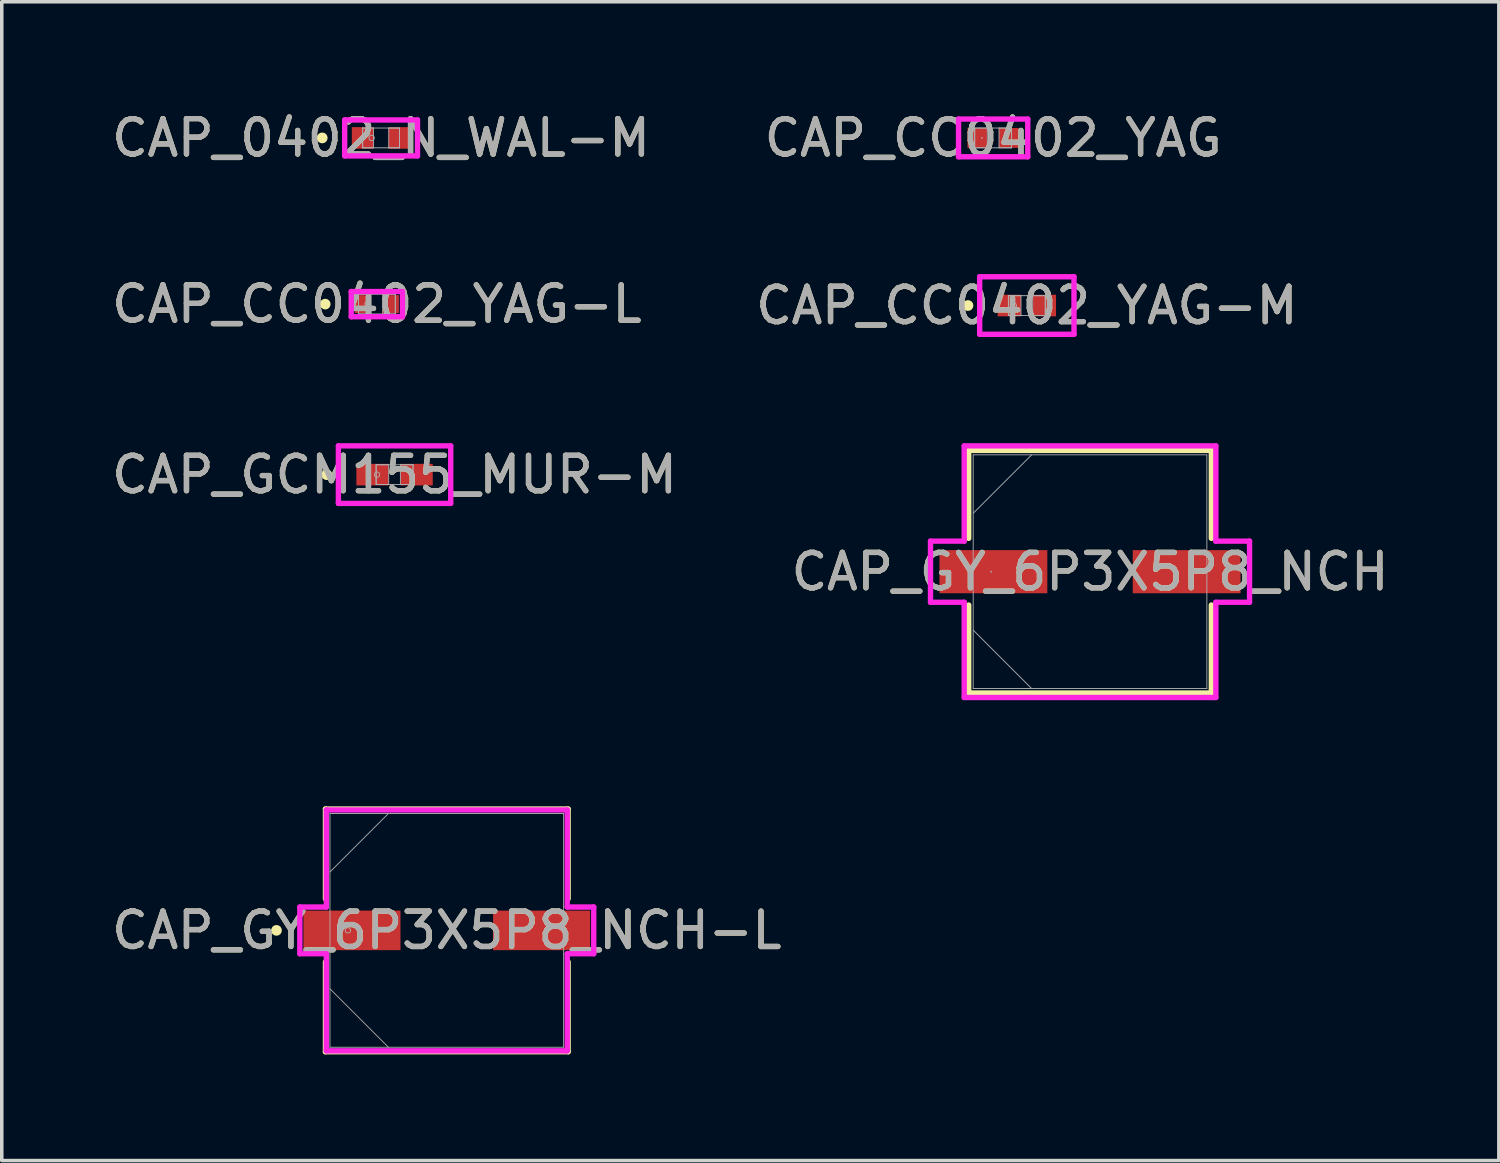
<source format=kicad_pcb>
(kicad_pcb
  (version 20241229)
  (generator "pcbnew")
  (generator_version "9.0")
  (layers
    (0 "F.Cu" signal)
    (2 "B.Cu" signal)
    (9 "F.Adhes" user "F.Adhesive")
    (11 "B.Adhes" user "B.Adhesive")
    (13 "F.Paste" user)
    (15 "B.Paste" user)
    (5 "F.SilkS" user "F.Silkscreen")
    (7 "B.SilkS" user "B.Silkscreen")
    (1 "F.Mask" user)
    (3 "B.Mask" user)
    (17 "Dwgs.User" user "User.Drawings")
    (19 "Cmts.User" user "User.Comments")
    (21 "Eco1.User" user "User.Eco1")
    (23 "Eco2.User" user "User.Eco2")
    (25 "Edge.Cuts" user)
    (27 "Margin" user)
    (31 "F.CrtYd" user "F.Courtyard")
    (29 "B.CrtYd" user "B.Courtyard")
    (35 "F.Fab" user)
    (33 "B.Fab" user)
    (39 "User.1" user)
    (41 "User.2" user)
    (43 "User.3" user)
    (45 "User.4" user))
  (footprint "CAP_GCM155_MUR-M"
    (layer "F.Cu")
    (at 8.101 10.364)
    (property "Reference" "CAP_GCM155_MUR-M" (at 0 0 0) (unlocked yes) (layer "F.SilkS") (effects (font (size 1 1) (thickness 0.15))))
    (attr smd)
    (fp_circle (center -1.918 0) (end -1.841 0) (stroke (width 0.152) (type solid)) (fill no) (layer "F.SilkS"))
    (fp_line (start -1.587 -0.813) (end 1.587 -0.813) (stroke (width 0.152) (type solid)) (layer "F.CrtYd"))
    (fp_line (start -1.587 0.813) (end -1.587 -0.813) (stroke (width 0.152) (type solid)) (layer "F.CrtYd"))
    (fp_line (start 1.587 -0.813) (end 1.587 0.813) (stroke (width 0.152) (type solid)) (layer "F.CrtYd"))
    (fp_line (start 1.587 0.813) (end -1.587 0.813) (stroke (width 0.152) (type solid)) (layer "F.CrtYd"))
    (fp_line (start -0.521 -0.279) (end -0.521 0.279) (stroke (width 0.025) (type solid)) (layer "F.Fab"))
    (fp_line (start -0.521 -0.279) (end -0.521 0.279) (stroke (width 0.025) (type solid)) (layer "F.Fab"))
    (fp_line (start -0.521 0.279) (end -0.165 0.279) (stroke (width 0.025) (type solid)) (layer "F.Fab"))
    (fp_line (start -0.521 0.279) (end 0.521 0.279) (stroke (width 0.025) (type solid)) (layer "F.Fab"))
    (fp_line (start -0.165 -0.279) (end -0.521 -0.279) (stroke (width 0.025) (type solid)) (layer "F.Fab"))
    (fp_line (start -0.165 0.279) (end -0.165 -0.279) (stroke (width 0.025) (type solid)) (layer "F.Fab"))
    (fp_line (start 0.165 -0.279) (end 0.165 0.279) (stroke (width 0.025) (type solid)) (layer "F.Fab"))
    (fp_line (start 0.165 0.279) (end 0.521 0.279) (stroke (width 0.025) (type solid)) (layer "F.Fab"))
    (fp_line (start 0.521 -0.279) (end -0.521 -0.279) (stroke (width 0.025) (type solid)) (layer "F.Fab"))
    (fp_line (start 0.521 -0.279) (end 0.165 -0.279) (stroke (width 0.025) (type solid)) (layer "F.Fab"))
    (fp_line (start 0.521 0.279) (end 0.521 -0.279) (stroke (width 0.025) (type solid)) (layer "F.Fab"))
    (fp_line (start 0.521 0.279) (end 0.521 -0.279) (stroke (width 0.025) (type solid)) (layer "F.Fab"))
    (fp_circle (center -0.495 0) (end -0.419 0) (stroke (width 0.025) (type solid)) (fill no) (layer "F.Fab"))
    (fp_text user "${REFERENCE}" (at 0 0 0) (unlocked yes) (layer "F.Fab") (effects (font (size 1 1) (thickness 0.15))))
    (pad "1" smd rect (at -0.622 0) (size 0.914 0.61) (layers "F.Cu" "F.Mask" "F.Paste"))
    (pad "2" smd rect (at 0.622 0) (size 0.914 0.61) (layers "F.Cu" "F.Mask" "F.Paste"))
    (zone (net_name "") (layer "F.Cu") (hatch full 0.508) (connect_pads) (min_thickness 0.254) (filled_areas_thickness no) (keepout (tracks not_allowed) (vias not_allowed) (pads allowed) (copperpour not_allowed) (footprints allowed)) (placement (enabled no)) (fill) (polygon (pts (xy 7.987 10.135) (xy 8.215 10.135) (xy 8.215 10.592) (xy 7.987 10.592)))))
  (footprint "CAP_0402_N_WAL-M"
    (layer "F.Cu")
    (at 7.72 0.848)
    (property "Reference" "CAP_0402_N_WAL-M" (at 0 0 0) (unlocked yes) (layer "F.SilkS") (effects (font (size 1 1) (thickness 0.15))))
    (attr smd)
    (fp_circle (center -1.664 0) (end -1.587 0) (stroke (width 0.152) (type solid)) (fill no) (layer "F.SilkS"))
    (fp_line (start -1.029 -0.508) (end 1.029 -0.508) (stroke (width 0.152) (type solid)) (layer "F.CrtYd"))
    (fp_line (start -1.029 0.508) (end -1.029 -0.508) (stroke (width 0.152) (type solid)) (layer "F.CrtYd"))
    (fp_line (start 1.029 -0.508) (end 1.029 0.508) (stroke (width 0.152) (type solid)) (layer "F.CrtYd"))
    (fp_line (start 1.029 0.508) (end -1.029 0.508) (stroke (width 0.152) (type solid)) (layer "F.CrtYd"))
    (fp_line (start -0.521 -0.279) (end -0.521 0.279) (stroke (width 0.025) (type solid)) (layer "F.Fab"))
    (fp_line (start -0.521 -0.279) (end -0.521 0.279) (stroke (width 0.025) (type solid)) (layer "F.Fab"))
    (fp_line (start -0.521 0.279) (end -0.216 0.279) (stroke (width 0.025) (type solid)) (layer "F.Fab"))
    (fp_line (start -0.521 0.279) (end 0.521 0.279) (stroke (width 0.025) (type solid)) (layer "F.Fab"))
    (fp_line (start -0.216 -0.279) (end -0.521 -0.279) (stroke (width 0.025) (type solid)) (layer "F.Fab"))
    (fp_line (start -0.216 0.279) (end -0.216 -0.279) (stroke (width 0.025) (type solid)) (layer "F.Fab"))
    (fp_line (start 0.216 -0.279) (end 0.216 0.279) (stroke (width 0.025) (type solid)) (layer "F.Fab"))
    (fp_line (start 0.216 0.279) (end 0.521 0.279) (stroke (width 0.025) (type solid)) (layer "F.Fab"))
    (fp_line (start 0.521 -0.279) (end -0.521 -0.279) (stroke (width 0.025) (type solid)) (layer "F.Fab"))
    (fp_line (start 0.521 -0.279) (end 0.216 -0.279) (stroke (width 0.025) (type solid)) (layer "F.Fab"))
    (fp_line (start 0.521 0.279) (end 0.521 -0.279) (stroke (width 0.025) (type solid)) (layer "F.Fab"))
    (fp_line (start 0.521 0.279) (end 0.521 -0.279) (stroke (width 0.025) (type solid)) (layer "F.Fab"))
    (fp_circle (center -0.267 0) (end -0.191 0) (stroke (width 0.025) (type solid)) (fill no) (layer "F.Fab"))
    (fp_text user "${REFERENCE}" (at 0 0 0) (unlocked yes) (layer "F.Fab") (effects (font (size 1 1) (thickness 0.15))))
    (pad "1" smd rect (at -0.521 0) (size 0.61 0.61) (layers "F.Cu" "F.Mask" "F.Paste"))
    (pad "2" smd rect (at 0.521 0) (size 0.61 0.61) (layers "F.Cu" "F.Mask" "F.Paste"))
    (zone (net_name "") (layer "F.Cu") (hatch full 0.508) (connect_pads) (min_thickness 0.254) (filled_areas_thickness no) (keepout (tracks not_allowed) (vias not_allowed) (pads allowed) (copperpour not_allowed) (footprints allowed)) (placement (enabled no)) (fill) (polygon (pts (xy 7.555 0.62) (xy 7.885 0.62) (xy 7.885 1.077) (xy 7.555 1.077)))))
  (footprint "CAP_CC0402_YAG"
    (layer "F.Cu")
    (at 25.018 0.848)
    (property "Reference" "CAP_CC0402_YAG" (at 0 0 0) (unlocked yes) (layer "F.SilkS") (effects (font (size 1 1) (thickness 0.15))))
    (attr smd)
    (fp_line (start -0.978 -0.533) (end 0.978 -0.533) (stroke (width 0.152) (type solid)) (layer "F.CrtYd"))
    (fp_line (start -0.978 0.533) (end -0.978 -0.533) (stroke (width 0.152) (type solid)) (layer "F.CrtYd"))
    (fp_line (start 0.978 -0.533) (end 0.978 0.533) (stroke (width 0.152) (type solid)) (layer "F.CrtYd"))
    (fp_line (start 0.978 0.533) (end -0.978 0.533) (stroke (width 0.152) (type solid)) (layer "F.CrtYd"))
    (fp_line (start -0.521 -0.279) (end -0.521 0.279) (stroke (width 0.025) (type solid)) (layer "F.Fab"))
    (fp_line (start -0.521 -0.279) (end -0.521 0.279) (stroke (width 0.025) (type solid)) (layer "F.Fab"))
    (fp_line (start -0.521 0.279) (end -0.165 0.279) (stroke (width 0.025) (type solid)) (layer "F.Fab"))
    (fp_line (start -0.521 0.279) (end 0.521 0.279) (stroke (width 0.025) (type solid)) (layer "F.Fab"))
    (fp_line (start -0.165 -0.279) (end -0.521 -0.279) (stroke (width 0.025) (type solid)) (layer "F.Fab"))
    (fp_line (start -0.165 0.279) (end -0.165 -0.279) (stroke (width 0.025) (type solid)) (layer "F.Fab"))
    (fp_line (start 0.165 -0.279) (end 0.165 0.279) (stroke (width 0.025) (type solid)) (layer "F.Fab"))
    (fp_line (start 0.165 0.279) (end 0.521 0.279) (stroke (width 0.025) (type solid)) (layer "F.Fab"))
    (fp_line (start 0.521 -0.279) (end -0.521 -0.279) (stroke (width 0.025) (type solid)) (layer "F.Fab"))
    (fp_line (start 0.521 -0.279) (end 0.165 -0.279) (stroke (width 0.025) (type solid)) (layer "F.Fab"))
    (fp_line (start 0.521 0.279) (end 0.521 -0.279) (stroke (width 0.025) (type solid)) (layer "F.Fab"))
    (fp_line (start 0.521 0.279) (end 0.521 -0.279) (stroke (width 0.025) (type solid)) (layer "F.Fab"))
    (fp_circle (center -0.318 0) (end -0.318 0) (stroke (width 0.025) (type solid)) (fill no) (layer "F.Fab"))
    (fp_text user "${REFERENCE}" (at 0 0 0) (unlocked yes) (layer "F.Fab") (effects (font (size 1 1) (thickness 0.15))))
    (pad "1" smd rect (at -0.445 0) (size 0.559 0.559) (layers "F.Cu" "F.Mask" "F.Paste"))
    (pad "2" smd rect (at 0.445 0) (size 0.559 0.559) (layers "F.Cu" "F.Mask" "F.Paste"))
    (zone (net_name "") (layer "F.Cu") (hatch full 0.508) (connect_pads) (min_thickness 0.254) (filled_areas_thickness no) (keepout (tracks not_allowed) (vias not_allowed) (pads allowed) (copperpour not_allowed) (footprints allowed)) (placement (enabled no)) (fill) (polygon (pts (xy 24.904 0.62) (xy 25.132 0.62) (xy 25.132 1.077) (xy 24.904 1.077)))))
  (footprint "CAP_CC0402_YAG-L"
    (layer "F.Cu")
    (at 7.601 5.545)
    (property "Reference" "CAP_CC0402_YAG-L" (at 0 0 0) (unlocked yes) (layer "F.SilkS") (effects (font (size 1 1) (thickness 0.15))))
    (attr smd)
    (fp_circle (center -1.46 0) (end -1.384 0) (stroke (width 0.152) (type solid)) (fill no) (layer "F.SilkS"))
    (fp_line (start -0.724 -0.356) (end 0.724 -0.356) (stroke (width 0.152) (type solid)) (layer "F.CrtYd"))
    (fp_line (start -0.724 0.356) (end -0.724 -0.356) (stroke (width 0.152) (type solid)) (layer "F.CrtYd"))
    (fp_line (start 0.724 -0.356) (end 0.724 0.356) (stroke (width 0.152) (type solid)) (layer "F.CrtYd"))
    (fp_line (start 0.724 0.356) (end -0.724 0.356) (stroke (width 0.152) (type solid)) (layer "F.CrtYd"))
    (fp_line (start -0.521 -0.279) (end -0.521 0.279) (stroke (width 0.025) (type solid)) (layer "F.Fab"))
    (fp_line (start -0.521 -0.279) (end -0.521 0.279) (stroke (width 0.025) (type solid)) (layer "F.Fab"))
    (fp_line (start -0.521 0.279) (end -0.165 0.279) (stroke (width 0.025) (type solid)) (layer "F.Fab"))
    (fp_line (start -0.521 0.279) (end 0.521 0.279) (stroke (width 0.025) (type solid)) (layer "F.Fab"))
    (fp_line (start -0.165 -0.279) (end -0.521 -0.279) (stroke (width 0.025) (type solid)) (layer "F.Fab"))
    (fp_line (start -0.165 0.279) (end -0.165 -0.279) (stroke (width 0.025) (type solid)) (layer "F.Fab"))
    (fp_line (start 0.165 -0.279) (end 0.165 0.279) (stroke (width 0.025) (type solid)) (layer "F.Fab"))
    (fp_line (start 0.165 0.279) (end 0.521 0.279) (stroke (width 0.025) (type solid)) (layer "F.Fab"))
    (fp_line (start 0.521 -0.279) (end -0.521 -0.279) (stroke (width 0.025) (type solid)) (layer "F.Fab"))
    (fp_line (start 0.521 -0.279) (end 0.165 -0.279) (stroke (width 0.025) (type solid)) (layer "F.Fab"))
    (fp_line (start 0.521 0.279) (end 0.521 -0.279) (stroke (width 0.025) (type solid)) (layer "F.Fab"))
    (fp_line (start 0.521 0.279) (end 0.521 -0.279) (stroke (width 0.025) (type solid)) (layer "F.Fab"))
    (fp_circle (center -0.267 0) (end -0.191 0) (stroke (width 0.025) (type solid)) (fill no) (layer "F.Fab"))
    (fp_text user "${REFERENCE}" (at 0 0 0) (unlocked yes) (layer "F.Fab") (effects (font (size 1 1) (thickness 0.15))))
    (pad "1" smd rect (at -0.394 0) (size 0.457 0.508) (layers "F.Cu" "F.Mask" "F.Paste"))
    (pad "2" smd rect (at 0.394 0) (size 0.457 0.508) (layers "F.Cu" "F.Mask" "F.Paste"))
    (zone (net_name "") (layer "F.Cu") (hatch full 0.508) (connect_pads) (min_thickness 0.254) (filled_areas_thickness no) (keepout (tracks not_allowed) (vias not_allowed) (pads allowed) (copperpour not_allowed) (footprints allowed)) (placement (enabled no)) (fill) (polygon (pts (xy 7.487 5.316) (xy 7.715 5.316) (xy 7.715 5.773) (xy 7.487 5.773)))))
  (footprint "CAP_CC0402_YAG-M"
    (layer "F.Cu")
    (at 25.97 5.585)
    (property "Reference" "CAP_CC0402_YAG-M" (at 0 0 0) (unlocked yes) (layer "F.SilkS") (effects (font (size 1 1) (thickness 0.15))))
    (attr smd)
    (fp_circle (center -1.664 0) (end -1.587 0) (stroke (width 0.152) (type solid)) (fill no) (layer "F.SilkS"))
    (fp_line (start -1.333 -0.813) (end 1.333 -0.813) (stroke (width 0.152) (type solid)) (layer "F.CrtYd"))
    (fp_line (start -1.333 0.813) (end -1.333 -0.813) (stroke (width 0.152) (type solid)) (layer "F.CrtYd"))
    (fp_line (start 1.333 -0.813) (end 1.333 0.813) (stroke (width 0.152) (type solid)) (layer "F.CrtYd"))
    (fp_line (start 1.333 0.813) (end -1.333 0.813) (stroke (width 0.152) (type solid)) (layer "F.CrtYd"))
    (fp_line (start -0.521 -0.279) (end -0.521 0.279) (stroke (width 0.025) (type solid)) (layer "F.Fab"))
    (fp_line (start -0.521 -0.279) (end -0.521 0.279) (stroke (width 0.025) (type solid)) (layer "F.Fab"))
    (fp_line (start -0.521 0.279) (end -0.165 0.279) (stroke (width 0.025) (type solid)) (layer "F.Fab"))
    (fp_line (start -0.521 0.279) (end 0.521 0.279) (stroke (width 0.025) (type solid)) (layer "F.Fab"))
    (fp_line (start -0.165 -0.279) (end -0.521 -0.279) (stroke (width 0.025) (type solid)) (layer "F.Fab"))
    (fp_line (start -0.165 0.279) (end -0.165 -0.279) (stroke (width 0.025) (type solid)) (layer "F.Fab"))
    (fp_line (start 0.165 -0.279) (end 0.165 0.279) (stroke (width 0.025) (type solid)) (layer "F.Fab"))
    (fp_line (start 0.165 0.279) (end 0.521 0.279) (stroke (width 0.025) (type solid)) (layer "F.Fab"))
    (fp_line (start 0.521 -0.279) (end -0.521 -0.279) (stroke (width 0.025) (type solid)) (layer "F.Fab"))
    (fp_line (start 0.521 -0.279) (end 0.165 -0.279) (stroke (width 0.025) (type solid)) (layer "F.Fab"))
    (fp_line (start 0.521 0.279) (end 0.521 -0.279) (stroke (width 0.025) (type solid)) (layer "F.Fab"))
    (fp_line (start 0.521 0.279) (end 0.521 -0.279) (stroke (width 0.025) (type solid)) (layer "F.Fab"))
    (fp_circle (center -0.368 0) (end -0.292 0) (stroke (width 0.025) (type solid)) (fill no) (layer "F.Fab"))
    (fp_text user "${REFERENCE}" (at 0 0 0) (unlocked yes) (layer "F.Fab") (effects (font (size 1 1) (thickness 0.15))))
    (pad "1" smd rect (at -0.495 0) (size 0.66 0.61) (layers "F.Cu" "F.Mask" "F.Paste"))
    (pad "2" smd rect (at 0.495 0) (size 0.66 0.61) (layers "F.Cu" "F.Mask" "F.Paste"))
    (zone (net_name "") (layer "F.Cu") (hatch full 0.508) (connect_pads) (min_thickness 0.254) (filled_areas_thickness no) (keepout (tracks not_allowed) (vias not_allowed) (pads allowed) (copperpour not_allowed) (footprints allowed)) (placement (enabled no)) (fill) (polygon (pts (xy 25.856 5.357) (xy 26.085 5.357) (xy 26.085 5.814) (xy 25.856 5.814)))))
  (footprint "CAP_GY_6P3X5P8_NCH-L"
    (layer "F.Cu")
    (at 9.577 23.244)
    (property "Reference" "CAP_GY_6P3X5P8_NCH-L" (at 0 0 0) (unlocked yes) (layer "F.SilkS") (effects (font (size 1 1) (thickness 0.15))))
    (attr smd)
    (fp_line (start -3.429 -3.429) (end -3.429 -0.892) (stroke (width 0.152) (type solid)) (layer "F.SilkS"))
    (fp_line (start -3.429 0.892) (end -3.429 3.429) (stroke (width 0.152) (type solid)) (layer "F.SilkS"))
    (fp_line (start -3.429 3.429) (end 3.429 3.429) (stroke (width 0.152) (type solid)) (layer "F.SilkS"))
    (fp_line (start 3.429 -3.429) (end -3.429 -3.429) (stroke (width 0.152) (type solid)) (layer "F.SilkS"))
    (fp_line (start 3.429 -0.892) (end 3.429 -3.429) (stroke (width 0.152) (type solid)) (layer "F.SilkS"))
    (fp_line (start 3.429 3.429) (end 3.429 0.892) (stroke (width 0.152) (type solid)) (layer "F.SilkS"))
    (fp_circle (center -4.813 0) (end -4.737 0) (stroke (width 0.152) (type solid)) (fill no) (layer "F.SilkS"))
    (fp_line (start -4.153 -0.66) (end -3.404 -0.66) (stroke (width 0.152) (type solid)) (layer "F.CrtYd"))
    (fp_line (start -4.153 0.66) (end -4.153 -0.66) (stroke (width 0.152) (type solid)) (layer "F.CrtYd"))
    (fp_line (start -3.404 -3.404) (end 3.404 -3.404) (stroke (width 0.152) (type solid)) (layer "F.CrtYd"))
    (fp_line (start -3.404 -0.66) (end -3.404 -3.404) (stroke (width 0.152) (type solid)) (layer "F.CrtYd"))
    (fp_line (start -3.404 0.66) (end -4.153 0.66) (stroke (width 0.152) (type solid)) (layer "F.CrtYd"))
    (fp_line (start -3.404 3.404) (end -3.404 0.66) (stroke (width 0.152) (type solid)) (layer "F.CrtYd"))
    (fp_line (start 3.404 -3.404) (end 3.404 -0.66) (stroke (width 0.152) (type solid)) (layer "F.CrtYd"))
    (fp_line (start 3.404 -0.66) (end 4.153 -0.66) (stroke (width 0.152) (type solid)) (layer "F.CrtYd"))
    (fp_line (start 3.404 0.66) (end 3.404 3.404) (stroke (width 0.152) (type solid)) (layer "F.CrtYd"))
    (fp_line (start 3.404 3.404) (end -3.404 3.404) (stroke (width 0.152) (type solid)) (layer "F.CrtYd"))
    (fp_line (start 4.153 -0.66) (end 4.153 0.66) (stroke (width 0.152) (type solid)) (layer "F.CrtYd"))
    (fp_line (start 4.153 0.66) (end 3.404 0.66) (stroke (width 0.152) (type solid)) (layer "F.CrtYd"))
    (fp_line (start -3.302 -3.302) (end -3.302 3.302) (stroke (width 0.025) (type solid)) (layer "F.Fab"))
    (fp_line (start -3.302 -1.651) (end -1.651 -3.302) (stroke (width 0.025) (type solid)) (layer "F.Fab"))
    (fp_line (start -3.302 1.651) (end -1.651 3.302) (stroke (width 0.025) (type solid)) (layer "F.Fab"))
    (fp_line (start -3.302 3.302) (end 3.302 3.302) (stroke (width 0.025) (type solid)) (layer "F.Fab"))
    (fp_line (start 3.302 -3.302) (end -3.302 -3.302) (stroke (width 0.025) (type solid)) (layer "F.Fab"))
    (fp_line (start 3.302 3.302) (end 3.302 -3.302) (stroke (width 0.025) (type solid)) (layer "F.Fab"))
    (fp_circle (center -2.794 0) (end -2.718 0) (stroke (width 0.025) (type solid)) (fill no) (layer "F.Fab"))
    (fp_text user "${REFERENCE}" (at 0 0 0) (unlocked yes) (layer "F.Fab") (effects (font (size 1 1) (thickness 0.15))))
    (pad "1" smd rect (at -2.68 0) (size 2.743 1.118) (layers "F.Cu" "F.Mask" "F.Paste"))
    (pad "2" smd rect (at 2.68 0) (size 2.743 1.118) (layers "F.Cu" "F.Mask" "F.Paste"))
    (zone (net_name "") (layer "F.Cu") (hatch full 0.508) (connect_pads) (min_thickness 0.254) (filled_areas_thickness no) (keepout (tracks not_allowed) (vias not_allowed) (pads allowed) (copperpour not_allowed) (footprints allowed)) (placement (enabled no)) (fill) (polygon (pts (xy 6.326 19.993) (xy 12.829 19.993) (xy 12.829 22.634) (xy 6.326 22.634))))
    (zone (net_name "") (layer "F.Cu") (hatch full 0.508) (connect_pads) (min_thickness 0.254) (filled_areas_thickness no) (keepout (tracks not_allowed) (vias not_allowed) (pads allowed) (copperpour not_allowed) (footprints allowed)) (placement (enabled no)) (fill) (polygon (pts (xy 6.326 23.854) (xy 12.829 23.854) (xy 12.829 26.495) (xy 6.326 26.495))))
    (zone (net_name "") (layer "F.Cu") (hatch full 0.508) (connect_pads) (min_thickness 0.254) (filled_areas_thickness no) (keepout (tracks not_allowed) (vias not_allowed) (pads allowed) (copperpour not_allowed) (footprints allowed)) (placement (enabled no)) (fill) (polygon (pts (xy 8.32 22.634) (xy 10.835 22.634) (xy 10.835 23.854) (xy 8.32 23.854)))))
  (footprint "CAP_GY_6P3X5P8_NCH"
    (layer "F.Cu")
    (at 27.756 13.107)
    (property "Reference" "CAP_GY_6P3X5P8_NCH" (at 0 0 0) (unlocked yes) (layer "F.SilkS") (effects (font (size 1 1) (thickness 0.15))))
    (attr smd)
    (fp_line (start -3.429 -3.429) (end -3.429 -0.942) (stroke (width 0.152) (type solid)) (layer "F.SilkS"))
    (fp_line (start -3.429 0.942) (end -3.429 3.429) (stroke (width 0.152) (type solid)) (layer "F.SilkS"))
    (fp_line (start -3.429 3.429) (end 3.429 3.429) (stroke (width 0.152) (type solid)) (layer "F.SilkS"))
    (fp_line (start 3.429 -3.429) (end -3.429 -3.429) (stroke (width 0.152) (type solid)) (layer "F.SilkS"))
    (fp_line (start 3.429 -0.942) (end 3.429 -3.429) (stroke (width 0.152) (type solid)) (layer "F.SilkS"))
    (fp_line (start 3.429 3.429) (end 3.429 0.942) (stroke (width 0.152) (type solid)) (layer "F.SilkS"))
    (fp_line (start -4.508 -0.864) (end -3.556 -0.864) (stroke (width 0.152) (type solid)) (layer "F.CrtYd"))
    (fp_line (start -4.508 0.864) (end -4.508 -0.864) (stroke (width 0.152) (type solid)) (layer "F.CrtYd"))
    (fp_line (start -3.556 -3.556) (end 3.556 -3.556) (stroke (width 0.152) (type solid)) (layer "F.CrtYd"))
    (fp_line (start -3.556 -0.864) (end -3.556 -3.556) (stroke (width 0.152) (type solid)) (layer "F.CrtYd"))
    (fp_line (start -3.556 0.864) (end -4.508 0.864) (stroke (width 0.152) (type solid)) (layer "F.CrtYd"))
    (fp_line (start -3.556 3.556) (end -3.556 0.864) (stroke (width 0.152) (type solid)) (layer "F.CrtYd"))
    (fp_line (start 3.556 -3.556) (end 3.556 -0.864) (stroke (width 0.152) (type solid)) (layer "F.CrtYd"))
    (fp_line (start 3.556 -0.864) (end 4.508 -0.864) (stroke (width 0.152) (type solid)) (layer "F.CrtYd"))
    (fp_line (start 3.556 0.864) (end 3.556 3.556) (stroke (width 0.152) (type solid)) (layer "F.CrtYd"))
    (fp_line (start 3.556 3.556) (end -3.556 3.556) (stroke (width 0.152) (type solid)) (layer "F.CrtYd"))
    (fp_line (start 4.508 -0.864) (end 4.508 0.864) (stroke (width 0.152) (type solid)) (layer "F.CrtYd"))
    (fp_line (start 4.508 0.864) (end 3.556 0.864) (stroke (width 0.152) (type solid)) (layer "F.CrtYd"))
    (fp_line (start -3.302 -3.302) (end -3.302 3.302) (stroke (width 0.025) (type solid)) (layer "F.Fab"))
    (fp_line (start -3.302 -1.651) (end -1.651 -3.302) (stroke (width 0.025) (type solid)) (layer "F.Fab"))
    (fp_line (start -3.302 1.651) (end -1.651 3.302) (stroke (width 0.025) (type solid)) (layer "F.Fab"))
    (fp_line (start -3.302 3.302) (end 3.302 3.302) (stroke (width 0.025) (type solid)) (layer "F.Fab"))
    (fp_line (start 3.302 -3.302) (end -3.302 -3.302) (stroke (width 0.025) (type solid)) (layer "F.Fab"))
    (fp_line (start 3.302 3.302) (end 3.302 -3.302) (stroke (width 0.025) (type solid)) (layer "F.Fab"))
    (fp_circle (center -2.794 0) (end -2.794 0) (stroke (width 0.025) (type solid)) (fill no) (layer "F.Fab"))
    (fp_text user "${REFERENCE}" (at 0 0 0) (unlocked yes) (layer "F.Fab") (effects (font (size 1 1) (thickness 0.15))))
    (pad "1" smd rect (at -2.731 0) (size 3.048 1.219) (layers "F.Cu" "F.Mask" "F.Paste"))
    (pad "2" smd rect (at 2.731 0) (size 3.048 1.219) (layers "F.Cu" "F.Mask" "F.Paste"))
    (zone (net_name "") (layer "F.Cu") (hatch full 0.508) (connect_pads) (min_thickness 0.254) (filled_areas_thickness no) (keepout (tracks not_allowed) (vias not_allowed) (pads allowed) (copperpour not_allowed) (footprints allowed)) (placement (enabled no)) (fill) (polygon (pts (xy 24.505 9.855) (xy 31.007 9.855) (xy 31.007 12.446) (xy 24.505 12.446))))
    (zone (net_name "") (layer "F.Cu") (hatch full 0.508) (connect_pads) (min_thickness 0.254) (filled_areas_thickness no) (keepout (tracks not_allowed) (vias not_allowed) (pads allowed) (copperpour not_allowed) (footprints allowed)) (placement (enabled no)) (fill) (polygon (pts (xy 24.505 13.767) (xy 31.007 13.767) (xy 31.007 16.358) (xy 24.505 16.358))))
    (zone (net_name "") (layer "F.Cu") (hatch full 0.508) (connect_pads) (min_thickness 0.254) (filled_areas_thickness no) (keepout (tracks not_allowed) (vias not_allowed) (pads allowed) (copperpour not_allowed) (footprints allowed)) (placement (enabled no)) (fill) (polygon (pts (xy 26.6 12.446) (xy 28.912 12.446) (xy 28.912 13.767) (xy 26.6 13.767)))))
  (gr_rect
    (start -3 -3)
    (end 39.31 29.749)
    (stroke (width 0.1) (type default))
    (fill no)
    (layer "Edge.Cuts")))
</source>
